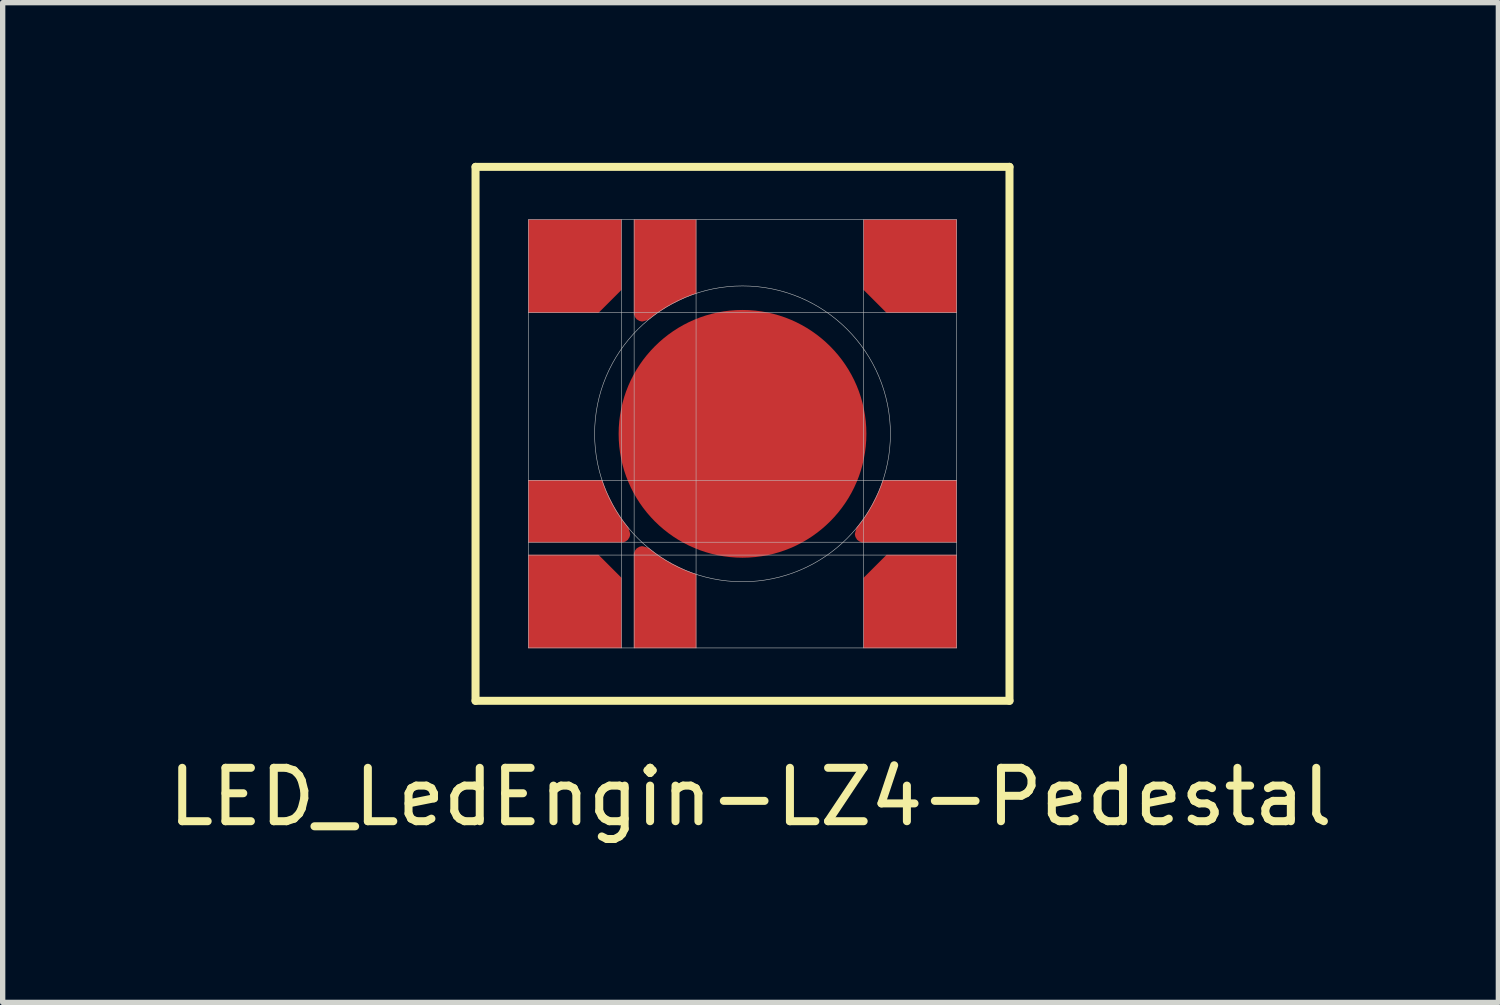
<source format=kicad_pcb>
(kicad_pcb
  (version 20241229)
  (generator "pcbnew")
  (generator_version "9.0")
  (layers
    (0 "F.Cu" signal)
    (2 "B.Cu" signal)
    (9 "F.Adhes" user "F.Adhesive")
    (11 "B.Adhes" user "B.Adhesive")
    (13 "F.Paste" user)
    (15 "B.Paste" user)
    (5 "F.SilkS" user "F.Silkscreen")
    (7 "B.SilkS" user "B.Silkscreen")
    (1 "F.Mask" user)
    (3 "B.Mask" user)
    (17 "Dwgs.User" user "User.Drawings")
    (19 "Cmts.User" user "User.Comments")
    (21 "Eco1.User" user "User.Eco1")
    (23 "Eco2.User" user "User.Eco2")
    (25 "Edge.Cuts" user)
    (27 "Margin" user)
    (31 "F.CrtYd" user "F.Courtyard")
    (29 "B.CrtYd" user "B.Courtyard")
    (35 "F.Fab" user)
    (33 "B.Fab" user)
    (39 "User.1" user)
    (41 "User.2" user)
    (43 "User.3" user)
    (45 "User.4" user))
  (footprint "LED_LedEngin-LZ4-Pedestal"
    (layer "F.Cu")
    (at 10.856 5.075)
    (property "Reference" "LED_LedEngin-LZ4-Pedestal" (at 0.15 6.8 0) (layer "F.SilkS") (effects (font (size 1 1) (thickness 0.15))))
    (attr smd)
    (fp_line (start -5 -5) (end -5 5) (stroke (width 0.15) (type solid)) (layer "F.SilkS"))
    (fp_line (start -5 -5) (end 5 -5) (stroke (width 0.15) (type solid)) (layer "F.SilkS"))
    (fp_line (start -5 5) (end 5 5) (stroke (width 0.15) (type solid)) (layer "F.SilkS"))
    (fp_line (start 5 -5) (end 5 5) (stroke (width 0.15) (type solid)) (layer "F.SilkS"))
    (fp_line (start -4.01 -4.01) (end -4.01 4.01) (stroke (width 0.01) (type solid)) (layer "Dwgs.User"))
    (fp_line (start -4.01 -4.01) (end 4.01 -4.01) (stroke (width 0.01) (type solid)) (layer "Dwgs.User"))
    (fp_line (start -4.01 -2.27) (end 4.01 -2.27) (stroke (width 0.01) (type solid)) (layer "Dwgs.User"))
    (fp_line (start -4.01 0.87) (end 4.01 0.87) (stroke (width 0.01) (type solid)) (layer "Dwgs.User"))
    (fp_line (start -4.01 2.03) (end 4.01 2.03) (stroke (width 0.01) (type solid)) (layer "Dwgs.User"))
    (fp_line (start -4.01 2.27) (end 4.01 2.27) (stroke (width 0.01) (type solid)) (layer "Dwgs.User"))
    (fp_line (start -4.01 4.01) (end 4.01 4.01) (stroke (width 0.01) (type solid)) (layer "Dwgs.User"))
    (fp_line (start -2.27 -4.01) (end -2.27 4.01) (stroke (width 0.01) (type solid)) (layer "Dwgs.User"))
    (fp_line (start -2.03 -4.01) (end -2.03 4.01) (stroke (width 0.01) (type solid)) (layer "Dwgs.User"))
    (fp_line (start -0.87 -4.01) (end -0.87 4.01) (stroke (width 0.01) (type solid)) (layer "Dwgs.User"))
    (fp_line (start 2.27 -4.01) (end 2.27 4.01) (stroke (width 0.01) (type solid)) (layer "Dwgs.User"))
    (fp_line (start 4.01 -4.01) (end 4.01 4.01) (stroke (width 0.01) (type solid)) (layer "Dwgs.User"))
    (fp_circle (center 0 0) (end 2.77 0) (stroke (width 0.01) (type solid)) (fill no) (layer "Dwgs.User"))
    (pad "1" smd custom (at -3.23 -3.18 270) (size 1 1) (layers "F.Cu" "F.Mask" "F.Paste") (options (anchor rect)) (primitives (gr_poly (pts (xy -0.83 0.78) (xy 0.91 0.78) (xy 0.91 -0.53) (xy 0.48 -0.96) (xy -0.83 -0.96)) (width 0.01) (fill yes))))
    (pad "2" smd custom (at -1.44 -3.38 180) (size 1 1) (layers "F.Cu" "F.Mask" "F.Paste") (options (anchor rect)) (primitives (gr_poly (pts (xy 0.15 -1.11) (xy 0.27 -1.2) (xy 0.32 -1.24) (xy 0.43 -1.27) (xy 0.45 -1.27) (xy 0.49 -1.26) (xy 0.54 -1.23) (xy 0.57 -1.19) (xy 0.59 -1.14) (xy 0.59 -1.11)) (width 0.01) (fill yes)) (gr_poly (pts (xy 0.59 0.63) (xy -0.57 0.63) (xy -0.57 -0.75) (xy -0.51 -0.77) (xy -0.43 -0.8) (xy -0.38 -0.82) (xy -0.31 -0.85) (xy -0.29 -0.86) (xy -0.11 -0.95) (xy -0.04 -0.99) (xy 0.01 -1.02) (xy 0.09 -1.07) (xy 0.15 -1.11) (xy 0.59 -1.11)) (width 0.01) (fill yes))))
    (pad "3" smd custom (at 3.18 -3.23 180) (size 1 1) (layers "F.Cu" "F.Mask" "F.Paste") (options (anchor rect)) (primitives (gr_poly (pts (xy -0.83 0.78) (xy 0.91 0.78) (xy 0.91 -0.53) (xy 0.48 -0.96) (xy -0.83 -0.96)) (width 0.01) (fill yes))))
    (pad "4" smd custom (at 3.37 1.44 90) (size 1 1) (layers "F.Cu" "F.Mask" "F.Paste") (options (anchor rect)) (primitives (gr_poly (pts (xy -0.15 -1.1) (xy -0.27 -1.19) (xy -0.32 -1.23) (xy -0.43 -1.26) (xy -0.45 -1.26) (xy -0.49 -1.25) (xy -0.54 -1.22) (xy -0.57 -1.18) (xy -0.59 -1.13) (xy -0.59 -1.1)) (width 0.01) (fill yes)) (gr_poly (pts (xy -0.59 0.64) (xy 0.57 0.64) (xy 0.57 -0.74) (xy 0.51 -0.76) (xy 0.43 -0.79) (xy 0.38 -0.81) (xy 0.31 -0.84) (xy 0.29 -0.85) (xy 0.11 -0.94) (xy 0.04 -0.98) (xy -0.01 -1.01) (xy -0.09 -1.06) (xy -0.15 -1.1) (xy -0.59 -1.1)) (width 0.01) (fill yes))))
    (pad "5" smd custom (at 3.23 3.18 90) (size 1 1) (layers "F.Cu" "F.Mask" "F.Paste") (options (anchor rect)) (primitives (gr_poly (pts (xy -0.83 0.78) (xy 0.91 0.78) (xy 0.91 -0.53) (xy 0.48 -0.96) (xy -0.83 -0.96)) (width 0.01) (fill yes))))
    (pad "6" smd custom (at -1.44 3.37) (size 1 1) (layers "F.Cu" "F.Mask" "F.Paste") (options (anchor rect)) (primitives (gr_poly (pts (xy -0.15 -1.1) (xy -0.27 -1.19) (xy -0.32 -1.23) (xy -0.43 -1.26) (xy -0.45 -1.26) (xy -0.49 -1.25) (xy -0.54 -1.22) (xy -0.57 -1.18) (xy -0.59 -1.13) (xy -0.59 -1.1)) (width 0.01) (fill yes)) (gr_poly (pts (xy -0.59 0.64) (xy 0.57 0.64) (xy 0.57 -0.74) (xy 0.51 -0.76) (xy 0.43 -0.79) (xy 0.38 -0.81) (xy 0.31 -0.84) (xy 0.29 -0.85) (xy 0.11 -0.94) (xy 0.04 -0.98) (xy -0.01 -1.01) (xy -0.09 -1.06) (xy -0.15 -1.1) (xy -0.59 -1.1)) (width 0.01) (fill yes))))
    (pad "7" smd custom (at -3.18 3.23) (size 1 1) (layers "F.Cu" "F.Mask" "F.Paste") (options (anchor rect)) (primitives (gr_poly (pts (xy -0.83 0.78) (xy 0.91 0.78) (xy 0.91 -0.53) (xy 0.48 -0.96) (xy -0.83 -0.96)) (width 0.01) (fill yes))))
    (pad "8" smd custom (at -3.38 1.44 270) (size 1 1) (layers "F.Cu" "F.Mask" "F.Paste") (options (anchor rect)) (primitives (gr_poly (pts (xy 0.15 -1.11) (xy 0.27 -1.2) (xy 0.32 -1.24) (xy 0.43 -1.27) (xy 0.45 -1.27) (xy 0.49 -1.26) (xy 0.54 -1.23) (xy 0.57 -1.19) (xy 0.59 -1.14) (xy 0.59 -1.11)) (width 0.01) (fill yes)) (gr_poly (pts (xy 0.59 0.63) (xy -0.57 0.63) (xy -0.57 -0.75) (xy -0.51 -0.77) (xy -0.43 -0.8) (xy -0.38 -0.82) (xy -0.31 -0.85) (xy -0.29 -0.86) (xy -0.11 -0.95) (xy -0.04 -0.99) (xy 0.01 -1.02) (xy 0.09 -1.07) (xy 0.15 -1.11) (xy 0.59 -1.11)) (width 0.01) (fill yes))))
    (pad "TH" smd circle (at 0 0) (size 4.64 4.64) (layers "F.Cu" "F.Mask" "F.Paste")))
  (gr_rect
    (start -3 -3)
    (end 25.012 15.723)
    (stroke (width 0.1) (type default))
    (fill no)
    (layer "Edge.Cuts")))
</source>
